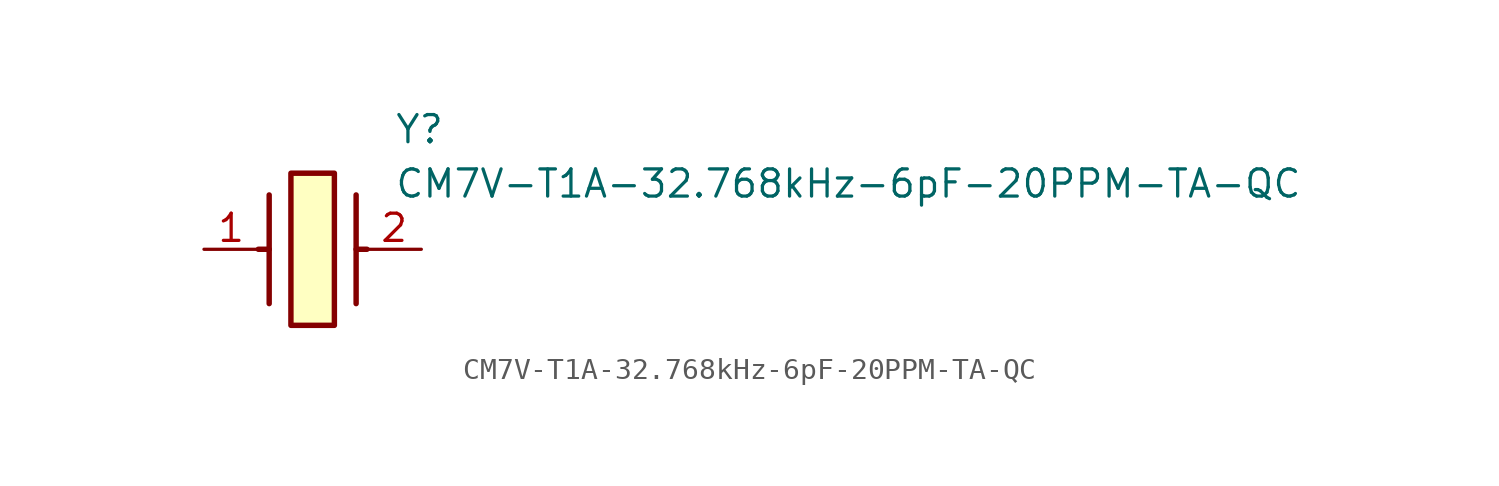
<source format=kicad_sym>
(kicad_symbol_lib
  (version 20211014)
  (generator SamacSys_ECAD_Model)
  (symbol "CM7V-T1A-32.768kHz-6pF-20PPM-TA-QC"
    (pin_names hide)
    (property "Reference" "Y"
      (at 8.89 6.35 0)
      (effects (font (size 1.27 1.27)) (justify left top)))
    (property "Value" "CM7V-T1A-32.768kHz-6pF-20PPM-TA-QC"
      (at 8.89 3.81 0)
      (effects (font (size 1.27 1.27)) (justify left top)))
    (rectangle
      (start 4.064 3.556)
      (end 6.096 -3.556)
      (stroke (width 0.254) (type default))
      (fill (type background)))
    (polyline
      (pts (xy 3.048 2.54) (xy 3.048 -2.54))
      (stroke (width 0.254) (type default))
      (fill (type none)))
    (polyline
      (pts (xy 7.112 2.54) (xy 7.112 -2.54))
      (stroke (width 0.254) (type default))
      (fill (type none)))
    (polyline
      (pts (xy 7.112 0) (xy 7.62 0))
      (stroke (width 0.254) (type default))
      (fill (type none)))
    (polyline
      (pts (xy 3.048 0) (xy 2.54 0))
      (stroke (width 0.254) (type default))
      (fill (type none)))
    (pin passive line
      (at 0 0 0)
      (length 2.54)
      (name "1" (effects (font (size 1.27 1.27))))
      (number "1" (effects (font (size 1.27 1.27)))))
    (pin passive line
      (at 10.16 0 180)
      (length 2.54)
      (name "2" (effects (font (size 1.27 1.27))))
      (number "2" (effects (font (size 1.27 1.27)))))))
</source>
